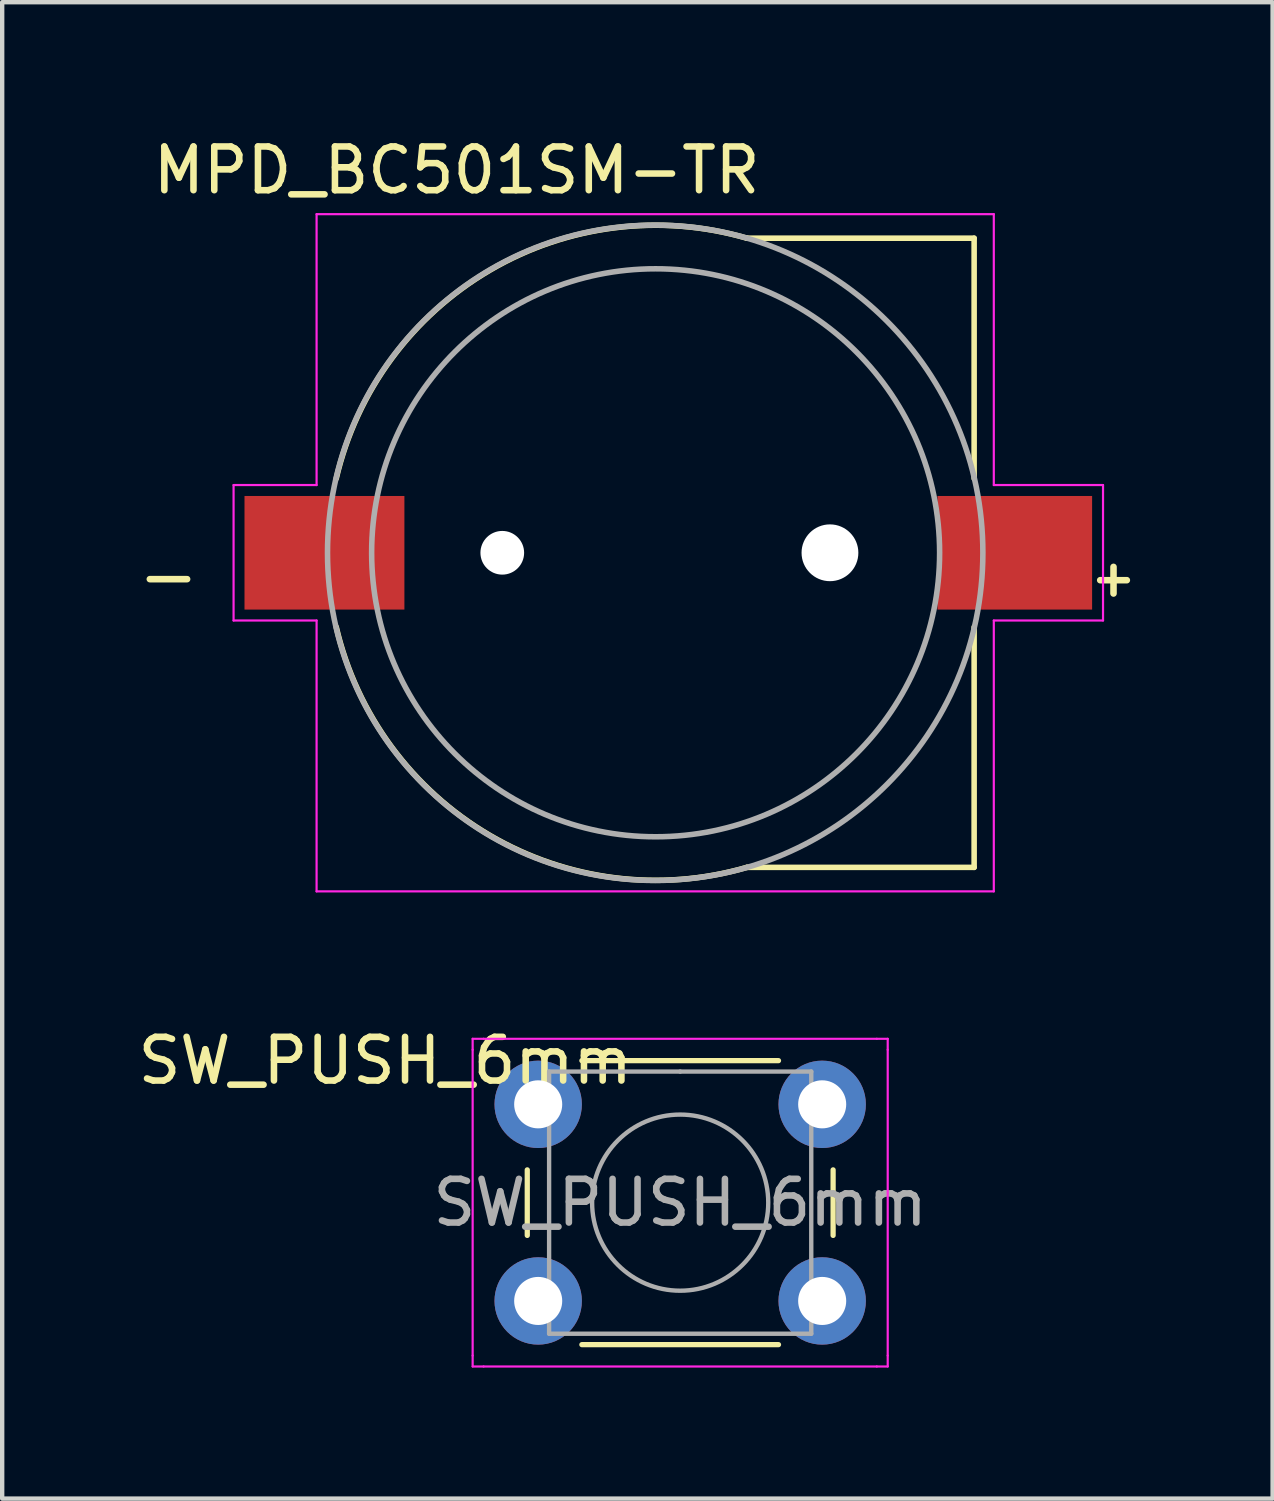
<source format=kicad_pcb>
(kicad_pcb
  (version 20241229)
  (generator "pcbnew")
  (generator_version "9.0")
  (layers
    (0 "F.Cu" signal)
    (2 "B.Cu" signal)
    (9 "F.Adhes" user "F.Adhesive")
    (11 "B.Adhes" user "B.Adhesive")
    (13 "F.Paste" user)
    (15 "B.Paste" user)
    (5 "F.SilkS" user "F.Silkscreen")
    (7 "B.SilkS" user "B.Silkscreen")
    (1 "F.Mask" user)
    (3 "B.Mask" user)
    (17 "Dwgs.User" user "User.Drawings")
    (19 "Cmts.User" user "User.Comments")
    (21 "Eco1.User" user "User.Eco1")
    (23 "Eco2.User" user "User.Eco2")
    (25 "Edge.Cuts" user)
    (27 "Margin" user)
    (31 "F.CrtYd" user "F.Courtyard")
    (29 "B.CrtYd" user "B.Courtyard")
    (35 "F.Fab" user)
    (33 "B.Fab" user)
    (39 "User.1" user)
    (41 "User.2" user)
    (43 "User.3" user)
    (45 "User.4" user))
  (footprint "MPD_BC501SM-TR"
    (layer "F.Cu")
    (at 11.946 9.602)
    (property "Reference" "MPD_BC501SM-TR" (at -4.544 -8.754 0) (layer "F.SilkS") (effects (font (size 1 1) (thickness 0.15))))
    (attr smd)
    (fp_line (start 2.1 -7.2) (end 7.3 -7.2) (stroke (width 0.127) (type solid)) (layer "F.SilkS"))
    (fp_line (start 2.1 7.2) (end 7.3 7.2) (stroke (width 0.127) (type solid)) (layer "F.SilkS"))
    (fp_line (start 7.3 -1.7) (end 7.3 -7.2) (stroke (width 0.127) (type solid)) (layer "F.SilkS"))
    (fp_line (start 7.3 1.7) (end 7.3 7.2) (stroke (width 0.127) (type solid)) (layer "F.SilkS"))
    (fp_arc (start -7.299999 -1.7) (mid -3.781493 -6.469279) (end 2.1 -7.2) (stroke (width 0.127) (type solid)) (layer "F.SilkS"))
    (fp_arc (start 2.1 7.200001) (mid -3.781493 6.46928) (end -7.3 1.7) (stroke (width 0.127) (type solid)) (layer "F.SilkS"))
    (fp_line (start -9.65 -1.55) (end -7.75 -1.55) (stroke (width 0.05) (type solid)) (layer "F.CrtYd"))
    (fp_line (start -9.65 1.55) (end -9.65 -1.55) (stroke (width 0.05) (type solid)) (layer "F.CrtYd"))
    (fp_line (start -7.75 -7.75) (end 7.75 -7.75) (stroke (width 0.05) (type solid)) (layer "F.CrtYd"))
    (fp_line (start -7.75 -1.55) (end -7.75 -7.75) (stroke (width 0.05) (type solid)) (layer "F.CrtYd"))
    (fp_line (start -7.75 1.55) (end -9.65 1.55) (stroke (width 0.05) (type solid)) (layer "F.CrtYd"))
    (fp_line (start -7.75 7.75) (end -7.75 1.55) (stroke (width 0.05) (type solid)) (layer "F.CrtYd"))
    (fp_line (start 7.75 -7.75) (end 7.75 -1.55) (stroke (width 0.05) (type solid)) (layer "F.CrtYd"))
    (fp_line (start 7.75 -1.55) (end 10.25 -1.55) (stroke (width 0.05) (type solid)) (layer "F.CrtYd"))
    (fp_line (start 7.75 1.55) (end 7.75 7.75) (stroke (width 0.05) (type solid)) (layer "F.CrtYd"))
    (fp_line (start 7.75 7.75) (end -7.75 7.75) (stroke (width 0.05) (type solid)) (layer "F.CrtYd"))
    (fp_line (start 10.25 -1.55) (end 10.25 1.55) (stroke (width 0.05) (type solid)) (layer "F.CrtYd"))
    (fp_line (start 10.25 1.55) (end 7.75 1.55) (stroke (width 0.05) (type solid)) (layer "F.CrtYd"))
    (fp_circle (center 0 0) (end 7.5 0) (stroke (width 0.127) (type solid)) (fill no) (layer "F.Fab"))
    (fp_circle (center 0.01 0) (end 6.51 0) (stroke (width 0.127) (type solid)) (fill no) (layer "F.Fab"))
    (fp_text user "+" (at 10.49 0.57 0) (layer "F.SilkS") (effects (font (size 0.8 0.8) (thickness 0.15))))
    (fp_text user "-" (at -11.14 0.52 0) (layer "F.SilkS") (effects (font (size 1.12 1.12) (thickness 0.15))))
    (pad "" np_thru_hole circle (at -3.5 0) (size 1 1) (drill 1) (layers "*.Cu" "*.Mask"))
    (pad "" np_thru_hole circle (at 4 0) (size 1.3 1.3) (drill 1.3) (layers "*.Cu" "*.Mask"))
    (pad "+" smd rect (at 8.23 0) (size 3.54 2.6) (layers "F.Cu" "F.Mask" "F.Paste"))
    (pad "-" smd rect (at -7.57 0) (size 3.66 2.6) (layers "F.Cu" "F.Mask" "F.Paste")))
  (footprint "SW_PUSH_6mm"
    (layer "F.Cu")
    (at 9.268 22.226)
    (property "Reference" "SW_PUSH_6mm" (at -3.5 -1 0) (layer "F.SilkS") (effects (font (size 1 1) (thickness 0.15))))
    (attr through_hole)
    (fp_line (start -0.25 1.5) (end -0.25 3) (stroke (width 0.12) (type solid)) (layer "F.SilkS"))
    (fp_line (start 1 5.5) (end 5.5 5.5) (stroke (width 0.12) (type solid)) (layer "F.SilkS"))
    (fp_line (start 5.5 -1) (end 1 -1) (stroke (width 0.12) (type solid)) (layer "F.SilkS"))
    (fp_line (start 6.75 3) (end 6.75 1.5) (stroke (width 0.12) (type solid)) (layer "F.SilkS"))
    (fp_line (start -1.5 -1.5) (end -1.25 -1.5) (stroke (width 0.05) (type solid)) (layer "F.CrtYd"))
    (fp_line (start -1.5 -1.25) (end -1.5 -1.5) (stroke (width 0.05) (type solid)) (layer "F.CrtYd"))
    (fp_line (start -1.5 5.75) (end -1.5 -1.25) (stroke (width 0.05) (type solid)) (layer "F.CrtYd"))
    (fp_line (start -1.5 5.75) (end -1.5 6) (stroke (width 0.05) (type solid)) (layer "F.CrtYd"))
    (fp_line (start -1.5 6) (end -1.25 6) (stroke (width 0.05) (type solid)) (layer "F.CrtYd"))
    (fp_line (start -1.25 -1.5) (end 7.75 -1.5) (stroke (width 0.05) (type solid)) (layer "F.CrtYd"))
    (fp_line (start 7.75 -1.5) (end 8 -1.5) (stroke (width 0.05) (type solid)) (layer "F.CrtYd"))
    (fp_line (start 7.75 6) (end -1.25 6) (stroke (width 0.05) (type solid)) (layer "F.CrtYd"))
    (fp_line (start 7.75 6) (end 8 6) (stroke (width 0.05) (type solid)) (layer "F.CrtYd"))
    (fp_line (start 8 -1.5) (end 8 -1.25) (stroke (width 0.05) (type solid)) (layer "F.CrtYd"))
    (fp_line (start 8 -1.25) (end 8 5.75) (stroke (width 0.05) (type solid)) (layer "F.CrtYd"))
    (fp_line (start 8 6) (end 8 5.75) (stroke (width 0.05) (type solid)) (layer "F.CrtYd"))
    (fp_line (start 0.25 -0.75) (end 3.25 -0.75) (stroke (width 0.1) (type solid)) (layer "F.Fab"))
    (fp_line (start 0.25 5.25) (end 0.25 -0.75) (stroke (width 0.1) (type solid)) (layer "F.Fab"))
    (fp_line (start 3.25 -0.75) (end 6.25 -0.75) (stroke (width 0.1) (type solid)) (layer "F.Fab"))
    (fp_line (start 6.25 -0.75) (end 6.25 5.25) (stroke (width 0.1) (type solid)) (layer "F.Fab"))
    (fp_line (start 6.25 5.25) (end 0.25 5.25) (stroke (width 0.1) (type solid)) (layer "F.Fab"))
    (fp_circle (center 3.25 2.25) (end 1.25 2.5) (stroke (width 0.1) (type solid)) (fill no) (layer "F.Fab"))
    (fp_text user "${REFERENCE}" (at 3.25 2.25 0) (layer "F.Fab") (effects (font (size 1 1) (thickness 0.15))))
    (pad "1" thru_hole circle (at 0 0 90) (size 2 2) (drill 1.1) (layers "*.Cu" "*.Mask"))
    (pad "1" thru_hole circle (at 6.5 0 90) (size 2 2) (drill 1.1) (layers "*.Cu" "*.Mask"))
    (pad "2" thru_hole circle (at 0 4.5 90) (size 2 2) (drill 1.1) (layers "*.Cu" "*.Mask"))
    (pad "2" thru_hole circle (at 6.5 4.5 90) (size 2 2) (drill 1.1) (layers "*.Cu" "*.Mask")))
  (gr_rect
    (start -3 -3)
    (end 26.077 31.25)
    (stroke (width 0.1) (type default))
    (fill no)
    (layer "Edge.Cuts")))
</source>
